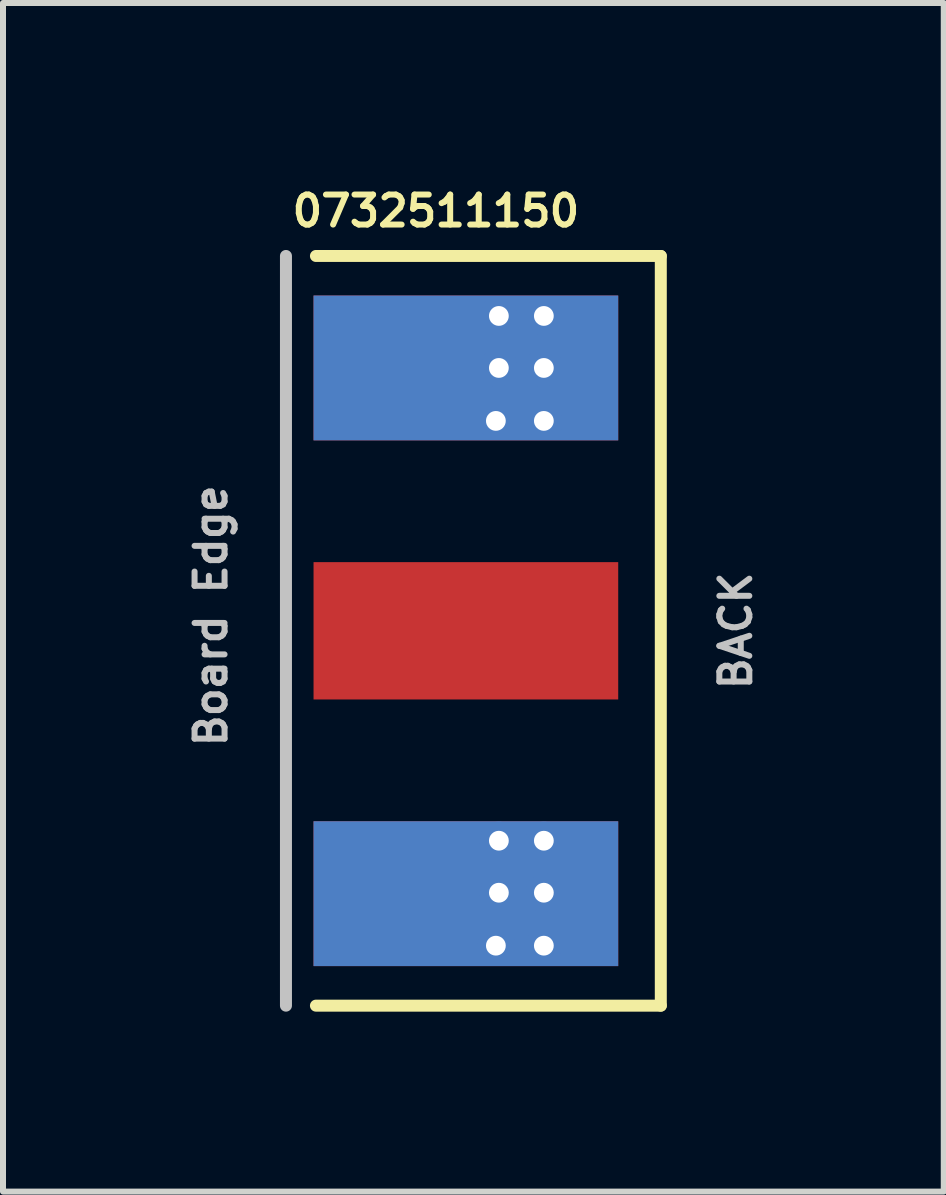
<source format=kicad_pcb>
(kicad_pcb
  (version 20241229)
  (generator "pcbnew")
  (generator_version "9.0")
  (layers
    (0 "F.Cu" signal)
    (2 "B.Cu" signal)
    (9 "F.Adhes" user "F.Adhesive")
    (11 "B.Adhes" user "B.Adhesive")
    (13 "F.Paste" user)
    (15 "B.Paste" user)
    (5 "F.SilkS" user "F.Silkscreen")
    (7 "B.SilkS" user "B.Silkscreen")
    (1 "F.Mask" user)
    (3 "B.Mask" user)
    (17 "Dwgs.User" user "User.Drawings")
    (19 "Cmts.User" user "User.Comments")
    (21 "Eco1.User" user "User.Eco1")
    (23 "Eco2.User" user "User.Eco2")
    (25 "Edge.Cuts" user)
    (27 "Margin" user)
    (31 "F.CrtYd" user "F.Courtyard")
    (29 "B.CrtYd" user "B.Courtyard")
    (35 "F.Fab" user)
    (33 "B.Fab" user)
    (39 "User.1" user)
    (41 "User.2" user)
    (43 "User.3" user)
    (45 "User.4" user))
  (footprint "0732511150"
    (layer "F.Cu")
    (at 7.468 7.468)
    (property "Reference" "0732511150" (at -3.25 -7 0) (layer "F.SilkS") (effects (font (size 0.5 0.5) (thickness 0.1))))
    (attr through_hole)
    (fp_line (start -5.25 -6.25) (end 0.5 -6.25) (stroke (width 0.2) (type solid)) (layer "F.SilkS"))
    (fp_line (start 0.5 -6.25) (end 0.5 6.25) (stroke (width 0.2) (type solid)) (layer "F.SilkS"))
    (fp_line (start 0.5 6.25) (end -5.25 6.25) (stroke (width 0.2) (type solid)) (layer "F.SilkS"))
    (fp_line (start -5.75 -6.25) (end -5.75 6.25) (stroke (width 0.2) (type solid)) (layer "Dwgs.User"))
    (fp_text user "Board Edge" (at -7 -0.25 90) (layer "Dwgs.User") (effects (font (size 0.5 0.5) (thickness 0.1))))
    (fp_text user "BACK" (at 1.75 0 90) (layer "Dwgs.User") (effects (font (size 0.5 0.5) (thickness 0.1))))
    (pad "1" smd rect (at -2.75 0 180) (size 5.08 2.29) (layers "F.Cu" "F.Mask" "F.Paste"))
    (pad "2" smd rect (at -2.75 -4.383 180) (size 5.08 2.415) (layers "F.Cu" "F.Mask" "F.Paste"))
    (pad "2" smd rect (at -2.75 -4.383 180) (size 5.08 2.415) (layers "B.Cu" "B.Mask" "F.Paste"))
    (pad "2" smd rect (at -2.75 4.383 180) (size 5.08 2.415) (layers "F.Cu" "F.Mask" "F.Paste"))
    (pad "2" smd rect (at -2.75 4.383 180) (size 5.08 2.415) (layers "B.Cu" "B.Mask" "F.Paste"))
    (pad "2" thru_hole circle (at -2.25 -3.5 180) (size 0.635 0.635) (drill 0.33) (layers "*.Cu" "*.Mask"))
    (pad "2" thru_hole circle (at -2.25 5.25 180) (size 0.635 0.635) (drill 0.33) (layers "*.Cu" "*.Mask"))
    (pad "2" thru_hole circle (at -2.2 -5.25 180) (size 0.635 0.635) (drill 0.33) (layers "*.Cu" "*.Mask"))
    (pad "2" thru_hole circle (at -2.2 -4.383 180) (size 0.635 0.635) (drill 0.33) (layers "*.Cu" "*.Mask"))
    (pad "2" thru_hole circle (at -2.2 3.5 180) (size 0.635 0.635) (drill 0.33) (layers "*.Cu" "*.Mask"))
    (pad "2" thru_hole circle (at -2.2 4.367 180) (size 0.635 0.635) (drill 0.33) (layers "*.Cu" "*.Mask"))
    (pad "2" thru_hole circle (at -1.45 -5.25 180) (size 0.635 0.635) (drill 0.33) (layers "*.Cu" "*.Mask"))
    (pad "2" thru_hole circle (at -1.45 -4.383 180) (size 0.635 0.635) (drill 0.33) (layers "*.Cu" "*.Mask"))
    (pad "2" thru_hole circle (at -1.45 -3.5 180) (size 0.635 0.635) (drill 0.33) (layers "*.Cu" "*.Mask"))
    (pad "2" thru_hole circle (at -1.45 3.5 180) (size 0.635 0.635) (drill 0.33) (layers "*.Cu" "*.Mask"))
    (pad "2" thru_hole circle (at -1.45 4.367 180) (size 0.635 0.635) (drill 0.33) (layers "*.Cu" "*.Mask"))
    (pad "2" thru_hole circle (at -1.45 5.25 180) (size 0.635 0.635) (drill 0.33) (layers "*.Cu" "*.Mask")))
  (gr_rect
    (start -3 -3)
    (end 12.686 16.818)
    (stroke (width 0.1) (type default))
    (fill no)
    (layer "Edge.Cuts")))
</source>
